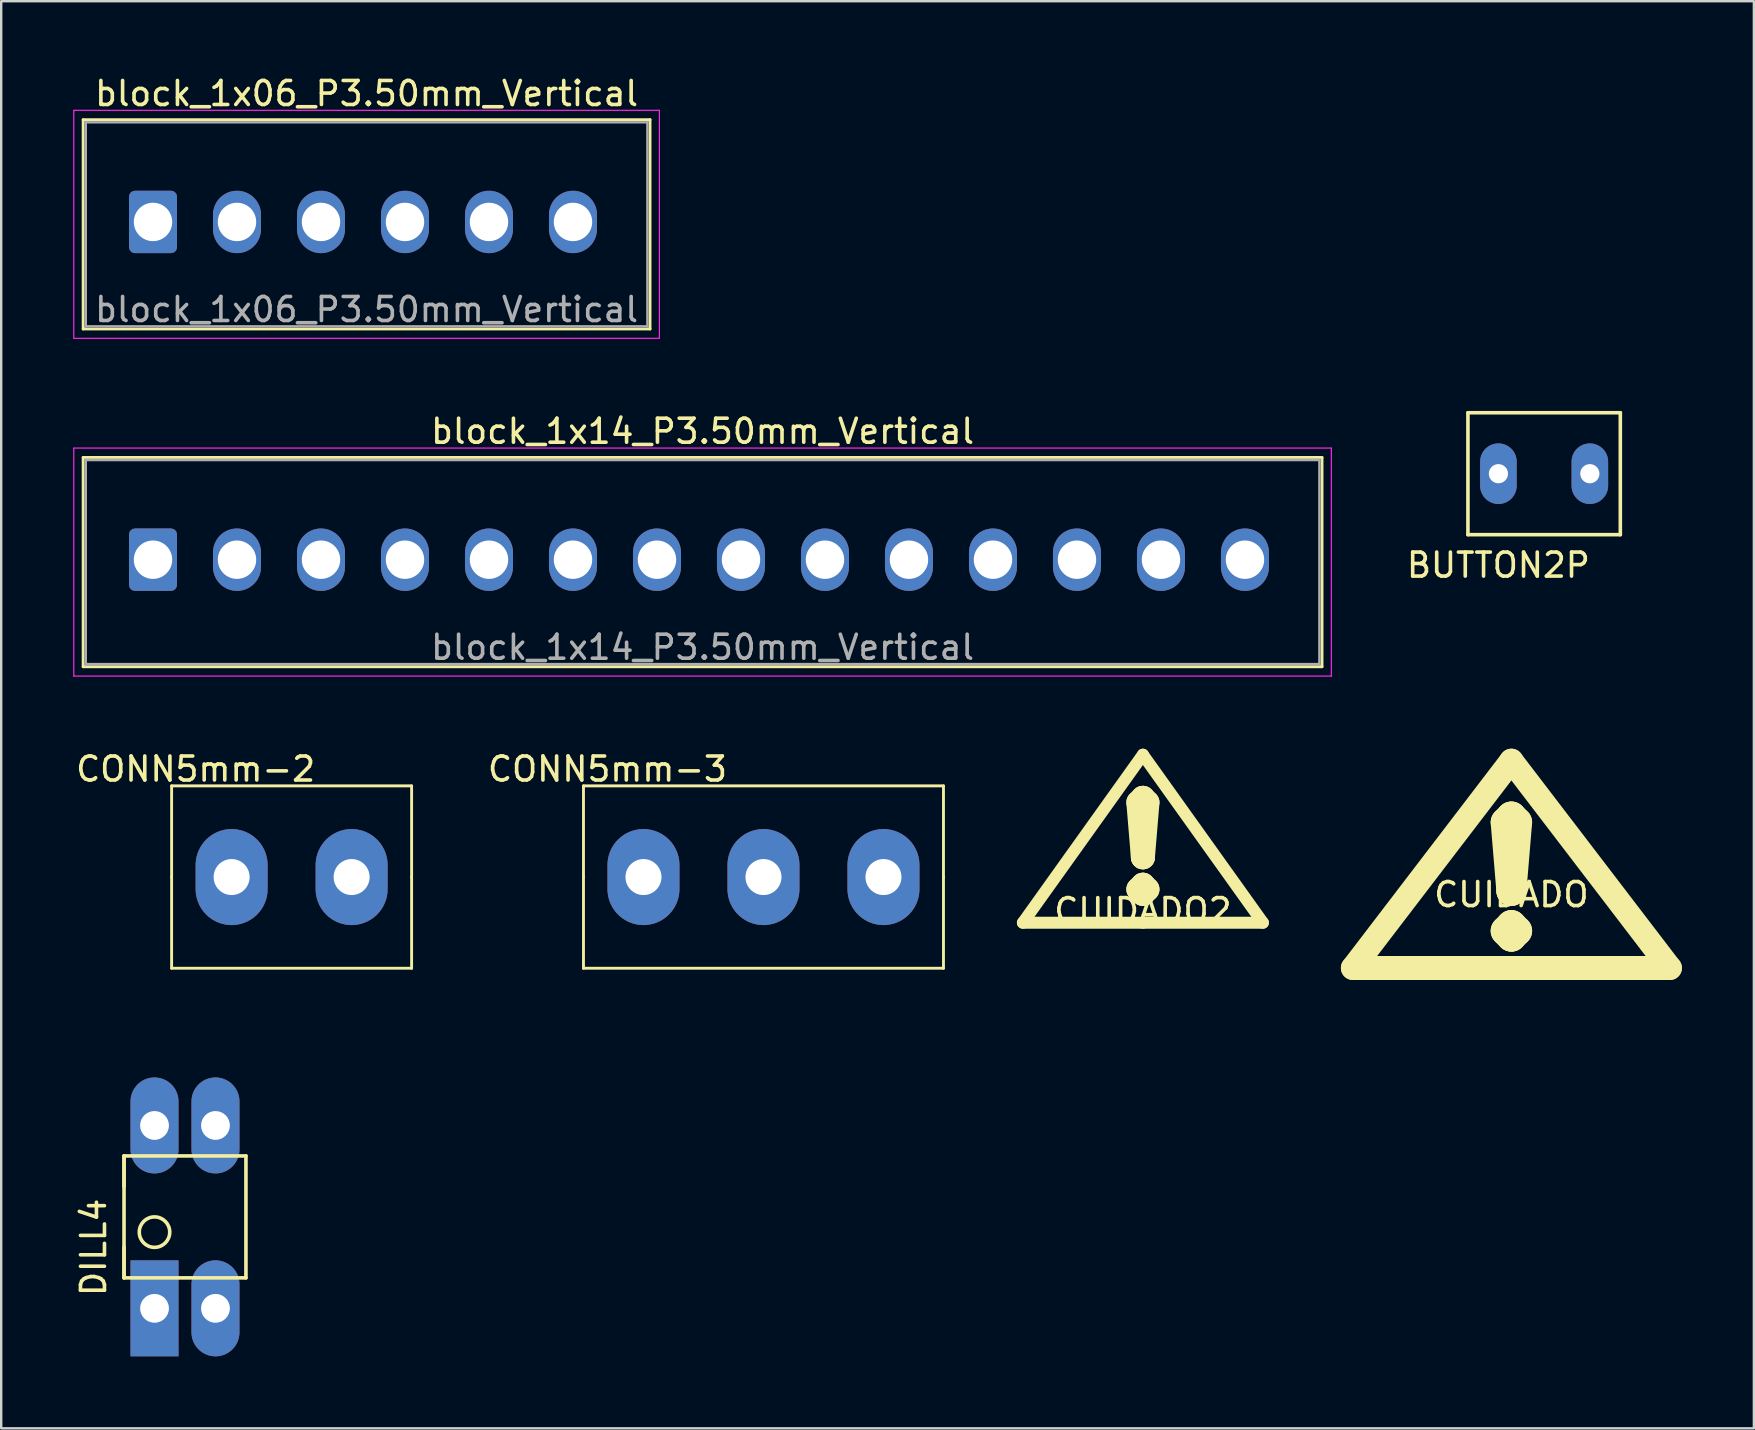
<source format=kicad_pcb>
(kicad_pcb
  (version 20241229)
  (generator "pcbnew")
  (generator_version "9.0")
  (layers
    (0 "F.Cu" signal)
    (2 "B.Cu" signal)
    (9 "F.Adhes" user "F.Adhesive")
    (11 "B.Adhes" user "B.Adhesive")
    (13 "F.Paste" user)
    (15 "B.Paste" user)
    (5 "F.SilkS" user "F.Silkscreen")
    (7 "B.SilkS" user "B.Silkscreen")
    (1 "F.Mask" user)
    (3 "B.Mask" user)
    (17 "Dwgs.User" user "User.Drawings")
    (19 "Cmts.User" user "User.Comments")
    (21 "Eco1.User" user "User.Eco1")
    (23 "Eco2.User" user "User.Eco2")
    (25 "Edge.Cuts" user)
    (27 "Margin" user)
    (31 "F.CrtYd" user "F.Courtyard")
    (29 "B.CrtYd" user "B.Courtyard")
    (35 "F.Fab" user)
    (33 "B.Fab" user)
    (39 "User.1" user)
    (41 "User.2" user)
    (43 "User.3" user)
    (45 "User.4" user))
  (footprint "BUTTON2P"
    (layer "F.Cu")
    (at 59.385 16.688)
    (property "Reference" "BUTTON2P" (at 0 3.81 0) (layer "F.SilkS") (effects (font (size 1 1) (thickness 0.15))))
    (attr through_hole)
    (fp_line (start -1.27 -2.54) (end -1.27 2.54) (stroke (width 0.15) (type solid)) (layer "F.SilkS"))
    (fp_line (start -1.27 2.54) (end 5.08 2.54) (stroke (width 0.15) (type solid)) (layer "F.SilkS"))
    (fp_line (start 5.08 -2.54) (end -1.27 -2.54) (stroke (width 0.15) (type solid)) (layer "F.SilkS"))
    (fp_line (start 5.08 2.54) (end 5.08 -2.54) (stroke (width 0.15) (type solid)) (layer "F.SilkS"))
    (pad "1" thru_hole oval (at 0 0) (size 1.524 2.524) (drill 0.8) (layers "*.Cu" "*.Mask"))
    (pad "2" thru_hole oval (at 3.81 0) (size 1.524 2.524) (drill 0.8) (layers "*.Cu" "*.Mask")))
  (footprint "CONN5mm-3"
    (layer "F.Cu")
    (at 23.762 33.495)
    (property "Reference" "CONN5mm-3" (at -1.5 -4.5 0) (layer "F.SilkS") (effects (font (size 1 1) (thickness 0.15))))
    (attr through_hole)
    (fp_line (start -2.5 -3.8) (end 12.5 -3.8) (stroke (width 0.12) (type solid)) (layer "F.SilkS"))
    (fp_line (start -2.5 0) (end -2.5 -3.8) (stroke (width 0.12) (type solid)) (layer "F.SilkS"))
    (fp_line (start -2.5 3.8) (end -2.5 0) (stroke (width 0.12) (type solid)) (layer "F.SilkS"))
    (fp_line (start -2.5 3.8) (end 12.5 3.8) (stroke (width 0.12) (type solid)) (layer "F.SilkS"))
    (fp_line (start 12.5 0) (end 12.5 -3.8) (stroke (width 0.12) (type solid)) (layer "F.SilkS"))
    (fp_line (start 12.5 3.8) (end 12.5 0) (stroke (width 0.12) (type solid)) (layer "F.SilkS"))
    (pad "1" thru_hole oval (at 0 0) (size 3 4) (drill 1.5) (layers "*.Cu" "*.Mask"))
    (pad "2" thru_hole oval (at 5 0) (size 3 4) (drill 1.5) (layers "*.Cu" "*.Mask"))
    (pad "3" thru_hole oval (at 10 0) (size 3 4) (drill 1.5) (layers "*.Cu" "*.Mask")))
  (footprint "CUIDADO2"
    (layer "F.Cu")
    (at 44.572 34.397)
    (property "Reference" "CUIDADO2" (at 0 0.5 0) (layer "F.SilkS") (effects (font (size 1 1) (thickness 0.15))))
    (attr through_hole)
    (fp_line (start -5 1) (end 0 -6) (stroke (width 0.5) (type solid)) (layer "F.SilkS"))
    (fp_line (start 0 1) (end -5 1) (stroke (width 0.5) (type solid)) (layer "F.SilkS"))
    (fp_line (start 0 1) (end 5 1) (stroke (width 0.5) (type solid)) (layer "F.SilkS"))
    (fp_line (start 5 1) (end 0 -6) (stroke (width 0.5) (type solid)) (layer "F.SilkS"))
    (fp_text user "!" (at 0 -2 0) (layer "F.SilkS") (effects (font (size 4 4) (thickness 1)))))
  (footprint "block_1x06_P3.50mm_Vertical"
    (layer "F.Cu")
    (at 3.325 6.198)
    (property "Reference" "block_1x06_P3.50mm_Vertical" (at 8.9 -5.35 0) (layer "F.SilkS") (effects (font (size 1 1) (thickness 0.15))))
    (attr through_hole)
    (fp_line (start -2.91 -4.26) (end -2.91 4.46) (stroke (width 0.12) (type solid)) (layer "F.SilkS"))
    (fp_line (start -2.91 4.46) (end 20.71 4.46) (stroke (width 0.12) (type solid)) (layer "F.SilkS"))
    (fp_line (start 20.71 -4.26) (end -2.91 -4.26) (stroke (width 0.12) (type solid)) (layer "F.SilkS"))
    (fp_line (start 20.71 4.46) (end 20.71 -4.26) (stroke (width 0.12) (type solid)) (layer "F.SilkS"))
    (fp_line (start -3.3 -4.65) (end -3.3 4.85) (stroke (width 0.05) (type solid)) (layer "F.CrtYd"))
    (fp_line (start -3.3 4.85) (end 21.1 4.85) (stroke (width 0.05) (type solid)) (layer "F.CrtYd"))
    (fp_line (start 21.1 -4.65) (end -3.3 -4.65) (stroke (width 0.05) (type solid)) (layer "F.CrtYd"))
    (fp_line (start 21.1 4.85) (end 21.1 -4.65) (stroke (width 0.05) (type solid)) (layer "F.CrtYd"))
    (fp_line (start -2.8 -4.15) (end -2.8 4.35) (stroke (width 0.1) (type solid)) (layer "F.Fab"))
    (fp_line (start -2.8 4.35) (end 20.6 4.35) (stroke (width 0.1) (type solid)) (layer "F.Fab"))
    (fp_line (start 20.6 -4.15) (end -2.8 -4.15) (stroke (width 0.1) (type solid)) (layer "F.Fab"))
    (fp_line (start 20.6 4.35) (end 20.6 -4.15) (stroke (width 0.1) (type solid)) (layer "F.Fab"))
    (fp_text user "${REFERENCE}" (at 8.9 3.65 0) (layer "F.Fab") (effects (font (size 1 1) (thickness 0.15))))
    (pad "1" thru_hole roundrect (at 0 0) (size 2 2.6) (drill 1.6) (layers "*.Cu" "*.Mask") (roundrect_rratio 0.125))
    (pad "2" thru_hole oval (at 3.5 0) (size 2 2.6) (drill 1.6) (layers "*.Cu" "*.Mask"))
    (pad "3" thru_hole oval (at 7 0) (size 2 2.6) (drill 1.6) (layers "*.Cu" "*.Mask"))
    (pad "4" thru_hole oval (at 10.5 0) (size 2 2.6) (drill 1.6) (layers "*.Cu" "*.Mask"))
    (pad "5" thru_hole oval (at 14 0) (size 2 2.6) (drill 1.6) (layers "*.Cu" "*.Mask"))
    (pad "6" thru_hole oval (at 17.5 0) (size 2 2.6) (drill 1.6) (layers "*.Cu" "*.Mask")))
  (footprint "DILL4"
    (layer "F.Cu")
    (at 3.388 51.465)
    (property "Reference" "DILL4" (at -2.54 -2.54 90) (layer "F.SilkS") (effects (font (size 1 1) (thickness 0.15))))
    (attr through_hole)
    (fp_line (start -1.27 -6.35) (end 3.81 -6.35) (stroke (width 0.15) (type solid)) (layer "F.SilkS"))
    (fp_line (start -1.27 -5.08) (end -1.27 -6.35) (stroke (width 0.15) (type solid)) (layer "F.SilkS"))
    (fp_line (start -1.27 -1.27) (end -1.27 -6.35) (stroke (width 0.15) (type solid)) (layer "F.SilkS"))
    (fp_line (start -1.27 -1.27) (end -1.27 -2.54) (stroke (width 0.15) (type solid)) (layer "F.SilkS"))
    (fp_line (start 3.81 -6.35) (end 3.81 -1.27) (stroke (width 0.15) (type solid)) (layer "F.SilkS"))
    (fp_line (start 3.81 -1.27) (end -1.27 -1.27) (stroke (width 0.15) (type solid)) (layer "F.SilkS"))
    (fp_circle (center 0 -3.175) (end 0 -2.54) (stroke (width 0.15) (type solid)) (fill no) (layer "F.SilkS"))
    (pad "1" thru_hole rect (at 0 0) (size 2 4) (drill 1.2) (layers "*.Cu" "*.Mask"))
    (pad "2" thru_hole oval (at 2.54 0) (size 2 4) (drill 1.2) (layers "*.Cu" "*.Mask"))
    (pad "3" thru_hole oval (at 2.54 -7.62) (size 2 4) (drill 1.2) (layers "*.Cu" "*.Mask"))
    (pad "4" thru_hole oval (at 0 -7.62) (size 2 4) (drill 1.2) (layers "*.Cu" "*.Mask")))
  (footprint "CUIDADO"
    (layer "F.Cu")
    (at 59.926 33.727)
    (property "Reference" "CUIDADO" (at 0 0.5 0) (layer "F.SilkS") (effects (font (size 1 1) (thickness 0.15))))
    (attr through_hole)
    (fp_line (start -6.604 3.556) (end 0 -5.08) (stroke (width 1) (type solid)) (layer "F.SilkS"))
    (fp_line (start 0 -5.08) (end 6.604 3.556) (stroke (width 1) (type solid)) (layer "F.SilkS"))
    (fp_line (start 0 3.556) (end -6.604 3.556) (stroke (width 1) (type solid)) (layer "F.SilkS"))
    (fp_line (start 6.604 3.556) (end 0 3.556) (stroke (width 1) (type solid)) (layer "F.SilkS"))
    (fp_text user "!" (at 0 0 0) (layer "F.SilkS") (effects (font (size 5 5) (thickness 1.25)))))
  (footprint "block_1x14_P3.50mm_Vertical"
    (layer "F.Cu")
    (at 3.325 20.271)
    (property "Reference" "block_1x14_P3.50mm_Vertical" (at 22.9 -5.35 180) (layer "F.SilkS") (effects (font (size 1 1) (thickness 0.15))))
    (attr through_hole)
    (fp_line (start -2.91 -4.26) (end -2.91 4.46) (stroke (width 0.12) (type solid)) (layer "F.SilkS"))
    (fp_line (start -2.91 4.46) (end 48.71 4.46) (stroke (width 0.12) (type solid)) (layer "F.SilkS"))
    (fp_line (start 48.71 -4.26) (end -2.91 -4.26) (stroke (width 0.12) (type solid)) (layer "F.SilkS"))
    (fp_line (start 48.71 4.46) (end 48.71 -4.26) (stroke (width 0.12) (type solid)) (layer "F.SilkS"))
    (fp_line (start -3.3 -4.65) (end -3.3 4.85) (stroke (width 0.05) (type solid)) (layer "F.CrtYd"))
    (fp_line (start -3.3 4.85) (end 49.1 4.85) (stroke (width 0.05) (type solid)) (layer "F.CrtYd"))
    (fp_line (start 49.1 -4.65) (end -3.3 -4.65) (stroke (width 0.05) (type solid)) (layer "F.CrtYd"))
    (fp_line (start 49.1 4.85) (end 49.1 -4.65) (stroke (width 0.05) (type solid)) (layer "F.CrtYd"))
    (fp_line (start -2.8 -4.15) (end -2.8 4.35) (stroke (width 0.1) (type solid)) (layer "F.Fab"))
    (fp_line (start -2.8 4.35) (end 48.6 4.35) (stroke (width 0.1) (type solid)) (layer "F.Fab"))
    (fp_line (start 48.6 -4.15) (end -2.8 -4.15) (stroke (width 0.1) (type solid)) (layer "F.Fab"))
    (fp_line (start 48.6 4.35) (end 48.6 -4.15) (stroke (width 0.1) (type solid)) (layer "F.Fab"))
    (fp_text user "${REFERENCE}" (at 22.9 3.65 180) (layer "F.Fab") (effects (font (size 1 1) (thickness 0.15))))
    (pad "1" thru_hole roundrect (at 0 0) (size 2 2.6) (drill 1.6) (layers "*.Cu" "*.Mask") (roundrect_rratio 0.125))
    (pad "2" thru_hole oval (at 3.5 0) (size 2 2.6) (drill 1.6) (layers "*.Cu" "*.Mask"))
    (pad "3" thru_hole oval (at 7 0) (size 2 2.6) (drill 1.6) (layers "*.Cu" "*.Mask"))
    (pad "4" thru_hole oval (at 10.5 0) (size 2 2.6) (drill 1.6) (layers "*.Cu" "*.Mask"))
    (pad "5" thru_hole oval (at 14 0) (size 2 2.6) (drill 1.6) (layers "*.Cu" "*.Mask"))
    (pad "6" thru_hole oval (at 17.5 0) (size 2 2.6) (drill 1.6) (layers "*.Cu" "*.Mask"))
    (pad "7" thru_hole oval (at 21 0) (size 2 2.6) (drill 1.6) (layers "*.Cu" "*.Mask"))
    (pad "8" thru_hole oval (at 24.5 0) (size 2 2.6) (drill 1.6) (layers "*.Cu" "*.Mask"))
    (pad "9" thru_hole oval (at 28 0) (size 2 2.6) (drill 1.6) (layers "*.Cu" "*.Mask"))
    (pad "10" thru_hole oval (at 31.5 0) (size 2 2.6) (drill 1.6) (layers "*.Cu" "*.Mask"))
    (pad "11" thru_hole oval (at 35 0) (size 2 2.6) (drill 1.6) (layers "*.Cu" "*.Mask"))
    (pad "12" thru_hole oval (at 38.5 0) (size 2 2.6) (drill 1.6) (layers "*.Cu" "*.Mask"))
    (pad "13" thru_hole oval (at 42 0) (size 2 2.6) (drill 1.6) (layers "*.Cu" "*.Mask"))
    (pad "14" thru_hole oval (at 45.5 0) (size 2 2.6) (drill 1.6) (layers "*.Cu" "*.Mask")))
  (footprint "CONN5mm-2"
    (layer "F.Cu")
    (at 6.601 33.495)
    (property "Reference" "CONN5mm-2" (at -1.5 -4.5 0) (layer "F.SilkS") (effects (font (size 1 1) (thickness 0.15))))
    (attr through_hole)
    (fp_line (start -2.5 -3.8) (end 7.5 -3.8) (stroke (width 0.12) (type solid)) (layer "F.SilkS"))
    (fp_line (start -2.5 0) (end -2.5 -3.8) (stroke (width 0.12) (type solid)) (layer "F.SilkS"))
    (fp_line (start -2.5 3.8) (end -2.5 0) (stroke (width 0.12) (type solid)) (layer "F.SilkS"))
    (fp_line (start -2.5 3.8) (end 7.5 3.8) (stroke (width 0.12) (type solid)) (layer "F.SilkS"))
    (fp_line (start 7.5 0) (end 7.5 -3.8) (stroke (width 0.12) (type solid)) (layer "F.SilkS"))
    (fp_line (start 7.5 3.8) (end 7.5 0) (stroke (width 0.12) (type solid)) (layer "F.SilkS"))
    (pad "1" thru_hole oval (at 0 0) (size 3 4) (drill 1.5) (layers "*.Cu" "*.Mask"))
    (pad "2" thru_hole oval (at 5 0) (size 3 4) (drill 1.5) (layers "*.Cu" "*.Mask")))
  (gr_rect
    (start -3 -3)
    (end 70.03 56.465)
    (stroke (width 0.1) (type default))
    (fill no)
    (layer "Edge.Cuts")))
</source>
